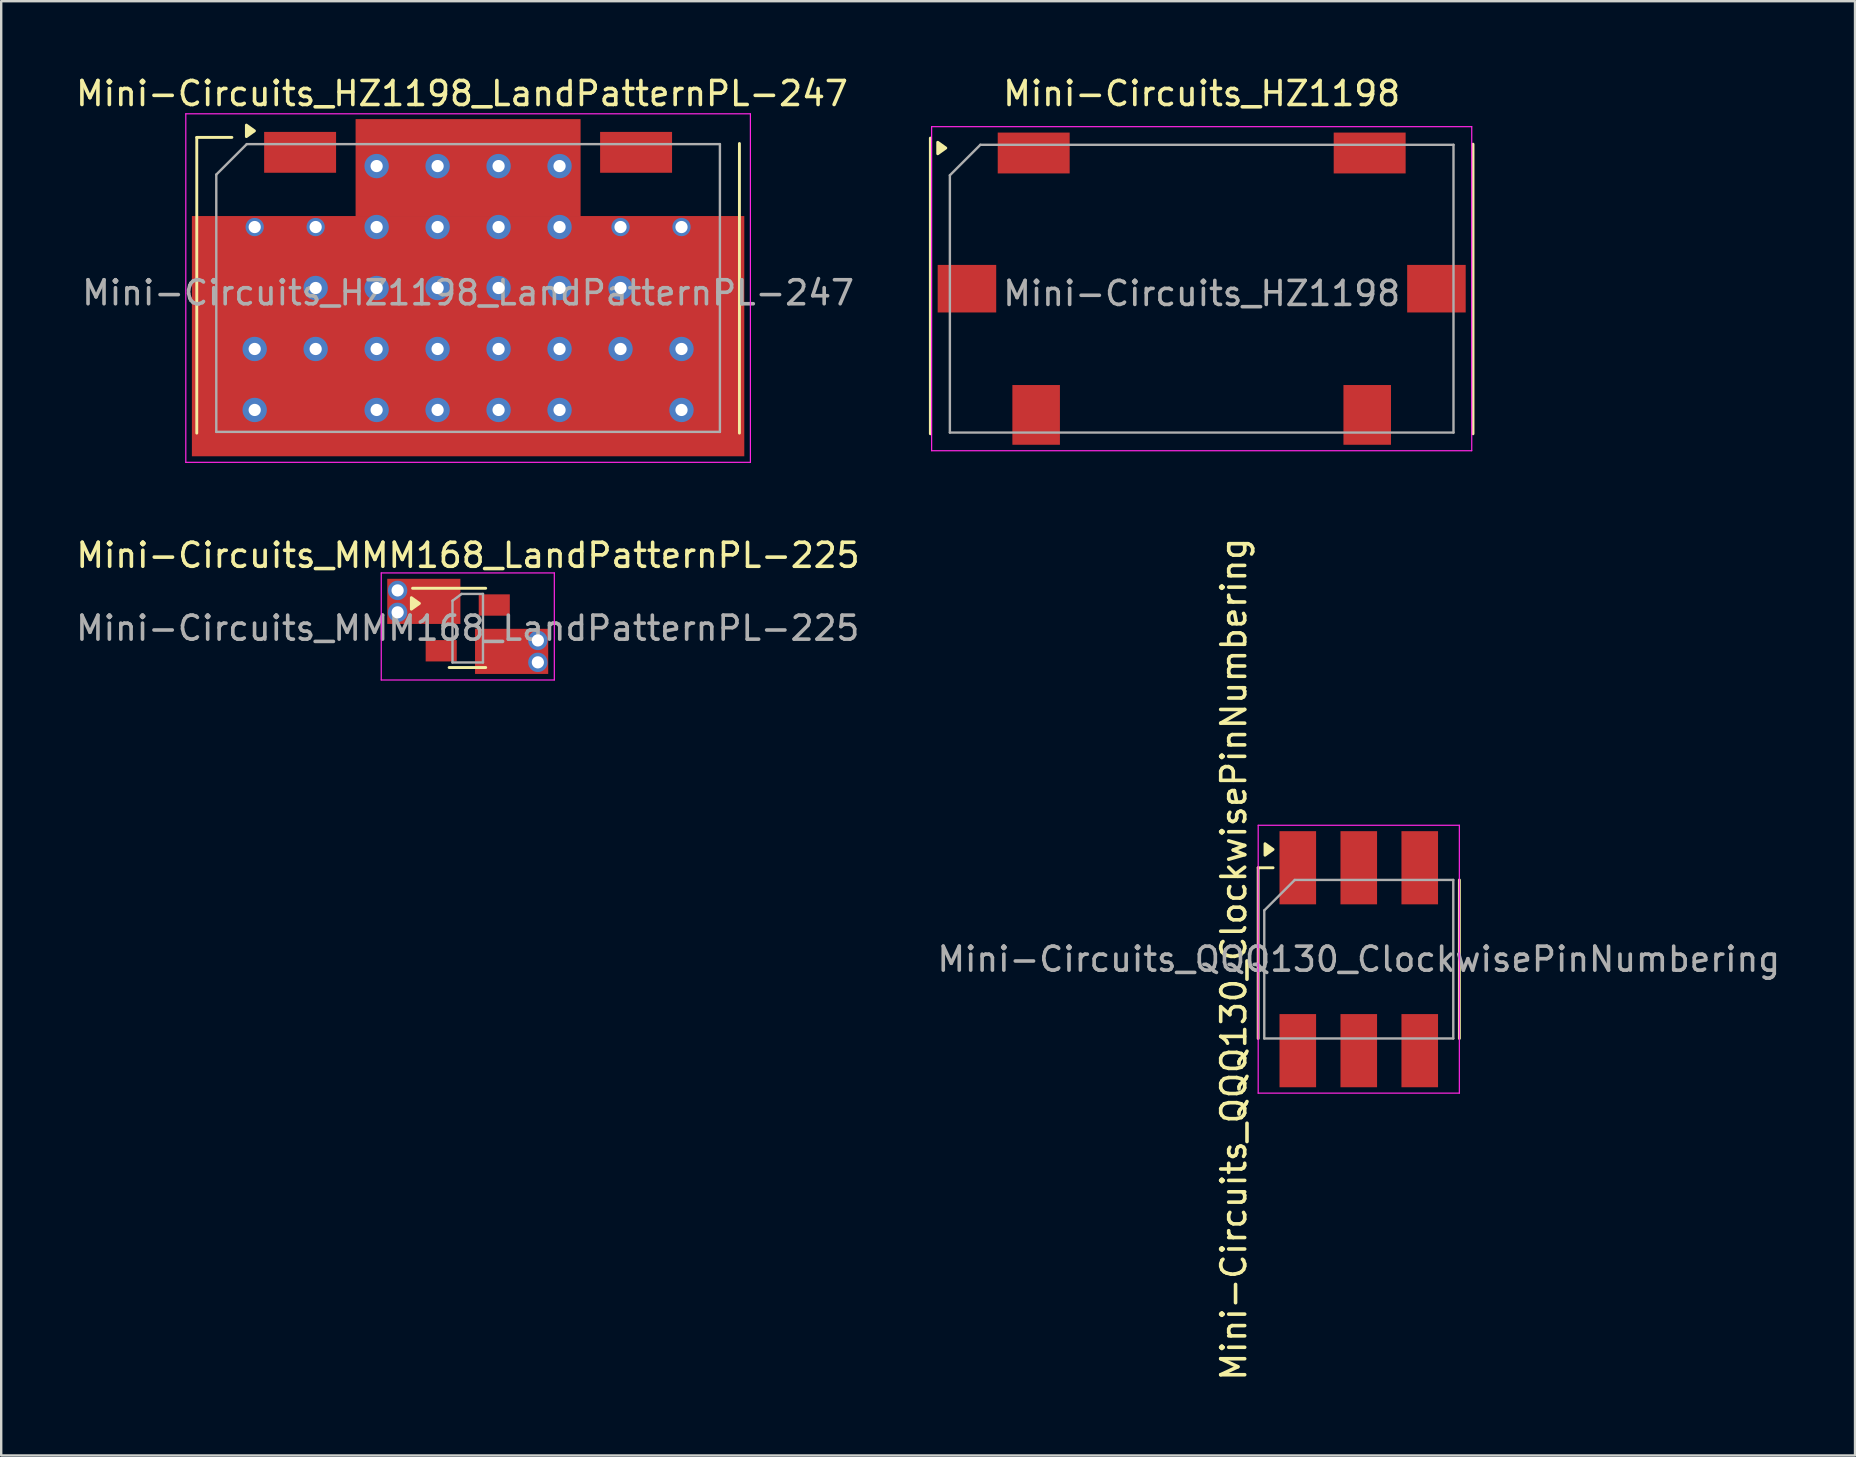
<source format=kicad_pcb>
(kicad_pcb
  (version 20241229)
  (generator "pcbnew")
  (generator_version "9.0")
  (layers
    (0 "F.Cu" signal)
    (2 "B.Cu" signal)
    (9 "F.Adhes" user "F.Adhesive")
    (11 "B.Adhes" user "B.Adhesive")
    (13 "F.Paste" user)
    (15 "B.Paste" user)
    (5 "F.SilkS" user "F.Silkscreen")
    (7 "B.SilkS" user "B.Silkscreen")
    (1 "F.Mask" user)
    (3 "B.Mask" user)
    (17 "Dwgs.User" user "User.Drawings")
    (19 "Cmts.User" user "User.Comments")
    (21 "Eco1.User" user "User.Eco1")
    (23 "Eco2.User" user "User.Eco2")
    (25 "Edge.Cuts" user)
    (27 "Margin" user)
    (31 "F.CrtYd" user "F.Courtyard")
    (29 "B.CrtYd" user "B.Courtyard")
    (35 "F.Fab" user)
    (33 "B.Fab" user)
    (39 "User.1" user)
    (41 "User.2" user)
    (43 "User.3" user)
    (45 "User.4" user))
  (footprint "Mini-Circuits_MMM168_LandPatternPL-225"
    (layer "F.Cu")
    (at 16.422 23.107)
    (property "Reference" "Mini-Circuits_MMM168_LandPatternPL-225" (at 0.025 -3.023 0) (layer "F.SilkS") (effects (font (size 1 1) (thickness 0.15))))
    (attr smd)
    (fp_line (start 0.762 -1.651) (end -2.286 -1.651) (stroke (width 0.12) (type solid)) (layer "F.SilkS"))
    (fp_line (start 0.762 1.651) (end -0.762 1.651) (stroke (width 0.12) (type solid)) (layer "F.SilkS"))
    (fp_poly (pts (xy -2 -1.02) (xy -2.336 -0.78) (xy -2.336 -1.26) (xy -2 -1.02)) (stroke (width 0.12) (type solid)) (fill yes) (layer "F.SilkS"))
    (fp_line (start -3.59 -2.29) (end -3.59 2.17) (stroke (width 0.05) (type solid)) (layer "F.CrtYd"))
    (fp_line (start -3.59 -2.29) (end 3.62 -2.29) (stroke (width 0.05) (type solid)) (layer "F.CrtYd"))
    (fp_line (start 3.62 2.17) (end -3.59 2.17) (stroke (width 0.05) (type solid)) (layer "F.CrtYd"))
    (fp_line (start 3.62 2.17) (end 3.62 -2.29) (stroke (width 0.05) (type solid)) (layer "F.CrtYd"))
    (fp_line (start -0.622 -1.13) (end -0.241 -1.416) (stroke (width 0.1) (type solid)) (layer "F.Fab"))
    (fp_line (start -0.622 1.441) (end -0.622 -1.13) (stroke (width 0.1) (type solid)) (layer "F.Fab"))
    (fp_line (start -0.241 -1.416) (end 0.648 -1.416) (stroke (width 0.1) (type solid)) (layer "F.Fab"))
    (fp_line (start 0.648 -1.416) (end 0.648 1.441) (stroke (width 0.1) (type solid)) (layer "F.Fab"))
    (fp_line (start 0.648 1.441) (end -0.622 1.441) (stroke (width 0.1) (type solid)) (layer "F.Fab"))
    (fp_text user "${REFERENCE}" (at 0.013 0.013 0) (layer "F.Fab") (effects (font (size 1 1) (thickness 0.15))))
    (pad "1" thru_hole circle (at -2.908 -1.562) (size 0.808 0.808) (drill 0.508) (layers "*.Cu"))
    (pad "1" thru_hole circle (at -2.908 -0.648) (size 0.808 0.808) (drill 0.508) (layers "*.Cu"))
    (pad "1" smd rect (at -1.816 -1.105 90) (size 1.88 3.048) (layers "F.Cu"))
    (pad "1" smd rect (at -1.092 -0.953 90) (size 0.889 1.295) (layers "F.Cu" "F.Mask" "F.Paste"))
    (pad "2" smd rect (at 1.118 -0.953 90) (size 0.889 1.295) (layers "F.Cu" "F.Mask" "F.Paste"))
    (pad "3" smd rect (at 1.118 0.749 90) (size 1.194 1.295) (layers "F.Cu" "F.Mask" "F.Paste"))
    (pad "3" smd rect (at 1.841 0.978 90) (size 1.88 3.048) (layers "F.Cu"))
    (pad "3" thru_hole circle (at 2.934 0.521) (size 0.808 0.808) (drill 0.508) (layers "*.Cu"))
    (pad "3" thru_hole circle (at 2.934 1.435) (size 0.808 0.808) (drill 0.508) (layers "*.Cu"))
    (pad "4" smd rect (at -1.092 0.953 90) (size 0.889 1.295) (layers "F.Cu" "F.Mask" "F.Paste")))
  (footprint "Mini-Circuits_QQQ130_ClockwisePinNumbering"
    (layer "F.Cu")
    (at 53.554 36.909)
    (property "Reference" "Mini-Circuits_QQQ130_ClockwisePinNumbering" (at -5.207 0 90) (layer "F.SilkS") (effects (font (size 1 1) (thickness 0.15))))
    (attr smd)
    (fp_line (start -4.191 -3.81) (end -4.191 3.302) (stroke (width 0.12) (type solid)) (layer "F.SilkS"))
    (fp_line (start -3.57 -3.81) (end -4.191 -3.81) (stroke (width 0.12) (type solid)) (layer "F.SilkS"))
    (fp_line (start 4.191 -3.302) (end 4.191 3.302) (stroke (width 0.12) (type solid)) (layer "F.SilkS"))
    (fp_poly (pts (xy -3.57 -4.572) (xy -3.906 -4.332) (xy -3.906 -4.812) (xy -3.57 -4.572)) (stroke (width 0.12) (type solid)) (fill yes) (layer "F.SilkS"))
    (fp_line (start -4.19 5.58) (end -4.19 -5.58) (stroke (width 0.05) (type solid)) (layer "F.CrtYd"))
    (fp_line (start -4.19 5.58) (end 4.19 5.58) (stroke (width 0.05) (type solid)) (layer "F.CrtYd"))
    (fp_line (start 4.19 -5.58) (end -4.19 -5.58) (stroke (width 0.05) (type solid)) (layer "F.CrtYd"))
    (fp_line (start 4.19 -5.58) (end 4.19 5.58) (stroke (width 0.05) (type solid)) (layer "F.CrtYd"))
    (fp_line (start -3.937 3.302) (end -3.937 -2.032) (stroke (width 0.1) (type solid)) (layer "F.Fab"))
    (fp_line (start -3.937 3.302) (end 3.937 3.302) (stroke (width 0.1) (type solid)) (layer "F.Fab"))
    (fp_line (start -2.667 -3.302) (end -3.937 -2.032) (stroke (width 0.1) (type solid)) (layer "F.Fab"))
    (fp_line (start 3.937 -3.302) (end -2.667 -3.302) (stroke (width 0.1) (type solid)) (layer "F.Fab"))
    (fp_line (start 3.937 -3.302) (end 3.937 3.302) (stroke (width 0.1) (type solid)) (layer "F.Fab"))
    (fp_text user "${REFERENCE}" (at 0 0 180) (layer "F.Fab") (effects (font (size 1 1) (thickness 0.15))))
    (pad "1" smd rect (at -2.54 -3.81) (size 1.524 3.048) (layers "F.Cu" "F.Mask" "F.Paste"))
    (pad "2" smd rect (at 0 -3.81) (size 1.524 3.048) (layers "F.Cu" "F.Mask" "F.Paste"))
    (pad "3" smd rect (at 2.54 -3.81) (size 1.524 3.048) (layers "F.Cu" "F.Mask" "F.Paste"))
    (pad "4" smd rect (at 2.54 3.81) (size 1.524 3.048) (layers "F.Cu" "F.Mask" "F.Paste"))
    (pad "5" smd rect (at 0 3.81) (size 1.524 3.048) (layers "F.Cu" "F.Mask" "F.Paste"))
    (pad "6" smd rect (at -2.54 3.81) (size 1.524 3.048) (layers "F.Cu" "F.Mask" "F.Paste")))
  (footprint "Mini-Circuits_HZ1198_LandPatternPL-247"
    (layer "F.Cu")
    (at 16.45 9.151)
    (property "Reference" "Mini-Circuits_HZ1198_LandPatternPL-247" (at -0.254 -8.303 0) (layer "F.SilkS") (effects (font (size 1 1) (thickness 0.15))))
    (attr smd)
    (fp_line (start -11.303 -6.477) (end -11.303 5.842) (stroke (width 0.12) (type solid)) (layer "F.SilkS"))
    (fp_line (start -9.84 -6.477) (end -11.303 -6.477) (stroke (width 0.12) (type solid)) (layer "F.SilkS"))
    (fp_line (start 11.303 -6.223) (end 11.303 5.842) (stroke (width 0.12) (type solid)) (layer "F.SilkS"))
    (fp_poly (pts (xy -8.9 -6.75) (xy -9.236 -6.51) (xy -9.236 -6.99) (xy -8.9 -6.75)) (stroke (width 0.12) (type solid)) (fill yes) (layer "F.SilkS"))
    (fp_line (start -11.76 -7.46) (end -11.76 7.06) (stroke (width 0.05) (type solid)) (layer "F.CrtYd"))
    (fp_line (start -11.76 -7.46) (end 11.76 -7.46) (stroke (width 0.05) (type solid)) (layer "F.CrtYd"))
    (fp_line (start 11.76 7.06) (end -11.76 7.06) (stroke (width 0.05) (type solid)) (layer "F.CrtYd"))
    (fp_line (start 11.76 7.06) (end 11.76 -7.46) (stroke (width 0.05) (type solid)) (layer "F.CrtYd"))
    (fp_line (start -10.49 -4.928) (end -9.22 -6.198) (stroke (width 0.1) (type solid)) (layer "F.Fab"))
    (fp_line (start -10.49 5.791) (end -10.49 -4.928) (stroke (width 0.1) (type solid)) (layer "F.Fab"))
    (fp_line (start -9.22 -6.198) (end 10.49 -6.198) (stroke (width 0.1) (type solid)) (layer "F.Fab"))
    (fp_line (start 10.49 -6.198) (end 10.49 5.791) (stroke (width 0.1) (type solid)) (layer "F.Fab"))
    (fp_line (start 10.49 5.791) (end -10.49 5.791) (stroke (width 0.1) (type solid)) (layer "F.Fab"))
    (fp_text user "${REFERENCE}" (at 0 -0.003 0) (layer "F.Fab") (effects (font (size 1 1) (thickness 0.15))))
    (pad "1" smd rect (at -6.998 -5.855) (size 2.997 1.702) (layers "F.Cu" "F.Mask" "F.Paste"))
    (pad "2" smd rect (at 6.998 -5.855) (size 2.997 1.702) (layers "F.Cu" "F.Mask" "F.Paste"))
    (pad "3" thru_hole circle (at -8.89 -2.743) (size 0.762 0.762) (drill 0.508) (layers "*.Cu"))
    (pad "3" thru_hole circle (at -8.89 2.337) (size 1.016 1.016) (drill 0.508) (layers "*.Cu"))
    (pad "3" thru_hole circle (at -8.89 4.877) (size 1.016 1.016) (drill 0.508) (layers "*.Cu"))
    (pad "3" thru_hole circle (at -6.35 -2.743) (size 0.762 0.762) (drill 0.508) (layers "*.Cu"))
    (pad "3" thru_hole circle (at -6.35 -0.203) (size 1.016 1.016) (drill 0.508) (layers "*.Cu"))
    (pad "3" thru_hole circle (at -6.35 2.337) (size 1.016 1.016) (drill 0.508) (layers "*.Cu"))
    (pad "3" thru_hole circle (at -3.81 -5.283) (size 1.016 1.016) (drill 0.508) (layers "*.Cu"))
    (pad "3" thru_hole circle (at -3.81 -2.743) (size 1.016 1.016) (drill 0.508) (layers "*.Cu"))
    (pad "3" thru_hole circle (at -3.81 -0.203) (size 1.016 1.016) (drill 0.508) (layers "*.Cu"))
    (pad "3" thru_hole circle (at -3.81 2.337) (size 1.016 1.016) (drill 0.508) (layers "*.Cu"))
    (pad "3" thru_hole circle (at -3.81 4.877) (size 1.016 1.016) (drill 0.508) (layers "*.Cu"))
    (pad "3" thru_hole circle (at -1.27 -5.283) (size 1.016 1.016) (drill 0.508) (layers "*.Cu"))
    (pad "3" thru_hole circle (at -1.27 -2.743) (size 1.016 1.016) (drill 0.508) (layers "*.Cu"))
    (pad "3" thru_hole circle (at -1.27 -0.203) (size 1.016 1.016) (drill 0.508) (layers "*.Cu"))
    (pad "3" thru_hole circle (at -1.27 2.337) (size 1.016 1.016) (drill 0.508) (layers "*.Cu"))
    (pad "3" thru_hole circle (at -1.27 4.877) (size 1.016 1.016) (drill 0.508) (layers "*.Cu"))
    (pad "3" smd rect (at 0 -5.207) (size 9.373 4.064) (layers "F.Cu"))
    (pad "3" smd rect (at 0 1.803) (size 23.012 10.008) (layers "F.Cu"))
    (pad "3" thru_hole circle (at 1.27 -5.283) (size 1.016 1.016) (drill 0.508) (layers "*.Cu"))
    (pad "3" thru_hole circle (at 1.27 -2.743) (size 1.016 1.016) (drill 0.508) (layers "*.Cu"))
    (pad "3" thru_hole circle (at 1.27 -0.203) (size 1.016 1.016) (drill 0.508) (layers "*.Cu"))
    (pad "3" thru_hole circle (at 1.27 2.337) (size 1.016 1.016) (drill 0.508) (layers "*.Cu"))
    (pad "3" thru_hole circle (at 1.27 4.877) (size 1.016 1.016) (drill 0.508) (layers "*.Cu"))
    (pad "3" thru_hole circle (at 3.81 -5.283) (size 1.016 1.016) (drill 0.508) (layers "*.Cu"))
    (pad "3" thru_hole circle (at 3.81 -2.743) (size 1.016 1.016) (drill 0.508) (layers "*.Cu"))
    (pad "3" thru_hole circle (at 3.81 -0.203) (size 1.016 1.016) (drill 0.508) (layers "*.Cu"))
    (pad "3" thru_hole circle (at 3.81 2.337) (size 1.016 1.016) (drill 0.508) (layers "*.Cu"))
    (pad "3" thru_hole circle (at 3.81 4.877) (size 1.016 1.016) (drill 0.508) (layers "*.Cu"))
    (pad "3" thru_hole circle (at 6.35 -2.743) (size 0.762 0.762) (drill 0.508) (layers "*.Cu"))
    (pad "3" thru_hole circle (at 6.35 -0.203) (size 1.016 1.016) (drill 0.508) (layers "*.Cu"))
    (pad "3" thru_hole circle (at 6.35 2.337) (size 1.016 1.016) (drill 0.508) (layers "*.Cu"))
    (pad "3" thru_hole circle (at 8.89 -2.743) (size 0.762 0.762) (drill 0.508) (layers "*.Cu"))
    (pad "3" thru_hole circle (at 8.89 2.337) (size 1.016 1.016) (drill 0.508) (layers "*.Cu"))
    (pad "3" thru_hole circle (at 8.89 4.877) (size 1.016 1.016) (drill 0.508) (layers "*.Cu"))
    (pad "3" smd rect (at 9.779 -0.203) (size 2.438 1.981) (layers "F.Cu" "F.Mask" "F.Paste"))
    (pad "4" smd rect (at 6.896 5.055) (size 1.981 2.489) (layers "F.Cu" "F.Mask" "F.Paste"))
    (pad "5" smd rect (at -6.896 5.055) (size 1.981 2.489) (layers "F.Cu" "F.Mask" "F.Paste"))
    (pad "6" smd rect (at -9.779 -0.203) (size 2.438 1.981) (layers "F.Cu" "F.Mask" "F.Paste")))
  (footprint "Mini-Circuits_HZ1198"
    (layer "F.Cu")
    (at 47.01 8.976)
    (property "Reference" "Mini-Circuits_HZ1198" (at 0 -8.128 0) (layer "F.SilkS") (effects (font (size 1 1) (thickness 0.15))))
    (attr smd)
    (fp_line (start -11.303 -6.274) (end -11.303 6.045) (stroke (width 0.12) (type solid)) (layer "F.SilkS"))
    (fp_line (start 11.303 -6.02) (end 11.303 6.045) (stroke (width 0.12) (type solid)) (layer "F.SilkS"))
    (fp_poly (pts (xy -10.66 -5.86) (xy -10.996 -5.62) (xy -10.996 -6.1) (xy -10.66 -5.86)) (stroke (width 0.12) (type solid)) (fill yes) (layer "F.SilkS"))
    (fp_line (start -11.25 -6.75) (end -11.25 6.75) (stroke (width 0.05) (type solid)) (layer "F.CrtYd"))
    (fp_line (start -11.25 -6.75) (end 11.25 -6.75) (stroke (width 0.05) (type solid)) (layer "F.CrtYd"))
    (fp_line (start 11.25 6.75) (end -11.25 6.75) (stroke (width 0.05) (type solid)) (layer "F.CrtYd"))
    (fp_line (start 11.25 6.75) (end 11.25 -6.75) (stroke (width 0.05) (type solid)) (layer "F.CrtYd"))
    (fp_line (start -10.49 -4.724) (end -9.22 -5.994) (stroke (width 0.1) (type solid)) (layer "F.Fab"))
    (fp_line (start -10.49 5.994) (end -10.49 -4.724) (stroke (width 0.1) (type solid)) (layer "F.Fab"))
    (fp_line (start -9.22 -5.994) (end 10.49 -5.994) (stroke (width 0.1) (type solid)) (layer "F.Fab"))
    (fp_line (start 10.49 -5.994) (end 10.49 5.994) (stroke (width 0.1) (type solid)) (layer "F.Fab"))
    (fp_line (start 10.49 5.994) (end -10.49 5.994) (stroke (width 0.1) (type solid)) (layer "F.Fab"))
    (fp_text user "${REFERENCE}" (at 0 0.2 0) (layer "F.Fab") (effects (font (size 1 1) (thickness 0.15))))
    (pad "1" smd rect (at -6.998 -5.652) (size 2.997 1.702) (layers "F.Cu" "F.Mask" "F.Paste"))
    (pad "2" smd rect (at 6.998 -5.652) (size 2.997 1.702) (layers "F.Cu" "F.Mask" "F.Paste"))
    (pad "3" smd rect (at 9.779 0) (size 2.438 1.981) (layers "F.Cu" "F.Mask" "F.Paste"))
    (pad "4" smd rect (at 6.896 5.258) (size 1.981 2.489) (layers "F.Cu" "F.Mask" "F.Paste"))
    (pad "5" smd rect (at -6.896 5.258) (size 1.981 2.489) (layers "F.Cu" "F.Mask" "F.Paste"))
    (pad "6" smd rect (at -9.779 0) (size 2.438 1.981) (layers "F.Cu" "F.Mask" "F.Paste")))
  (gr_rect
    (start -3 -3)
    (end 74.227 57.582)
    (stroke (width 0.1) (type default))
    (fill no)
    (layer "Edge.Cuts")))
</source>
